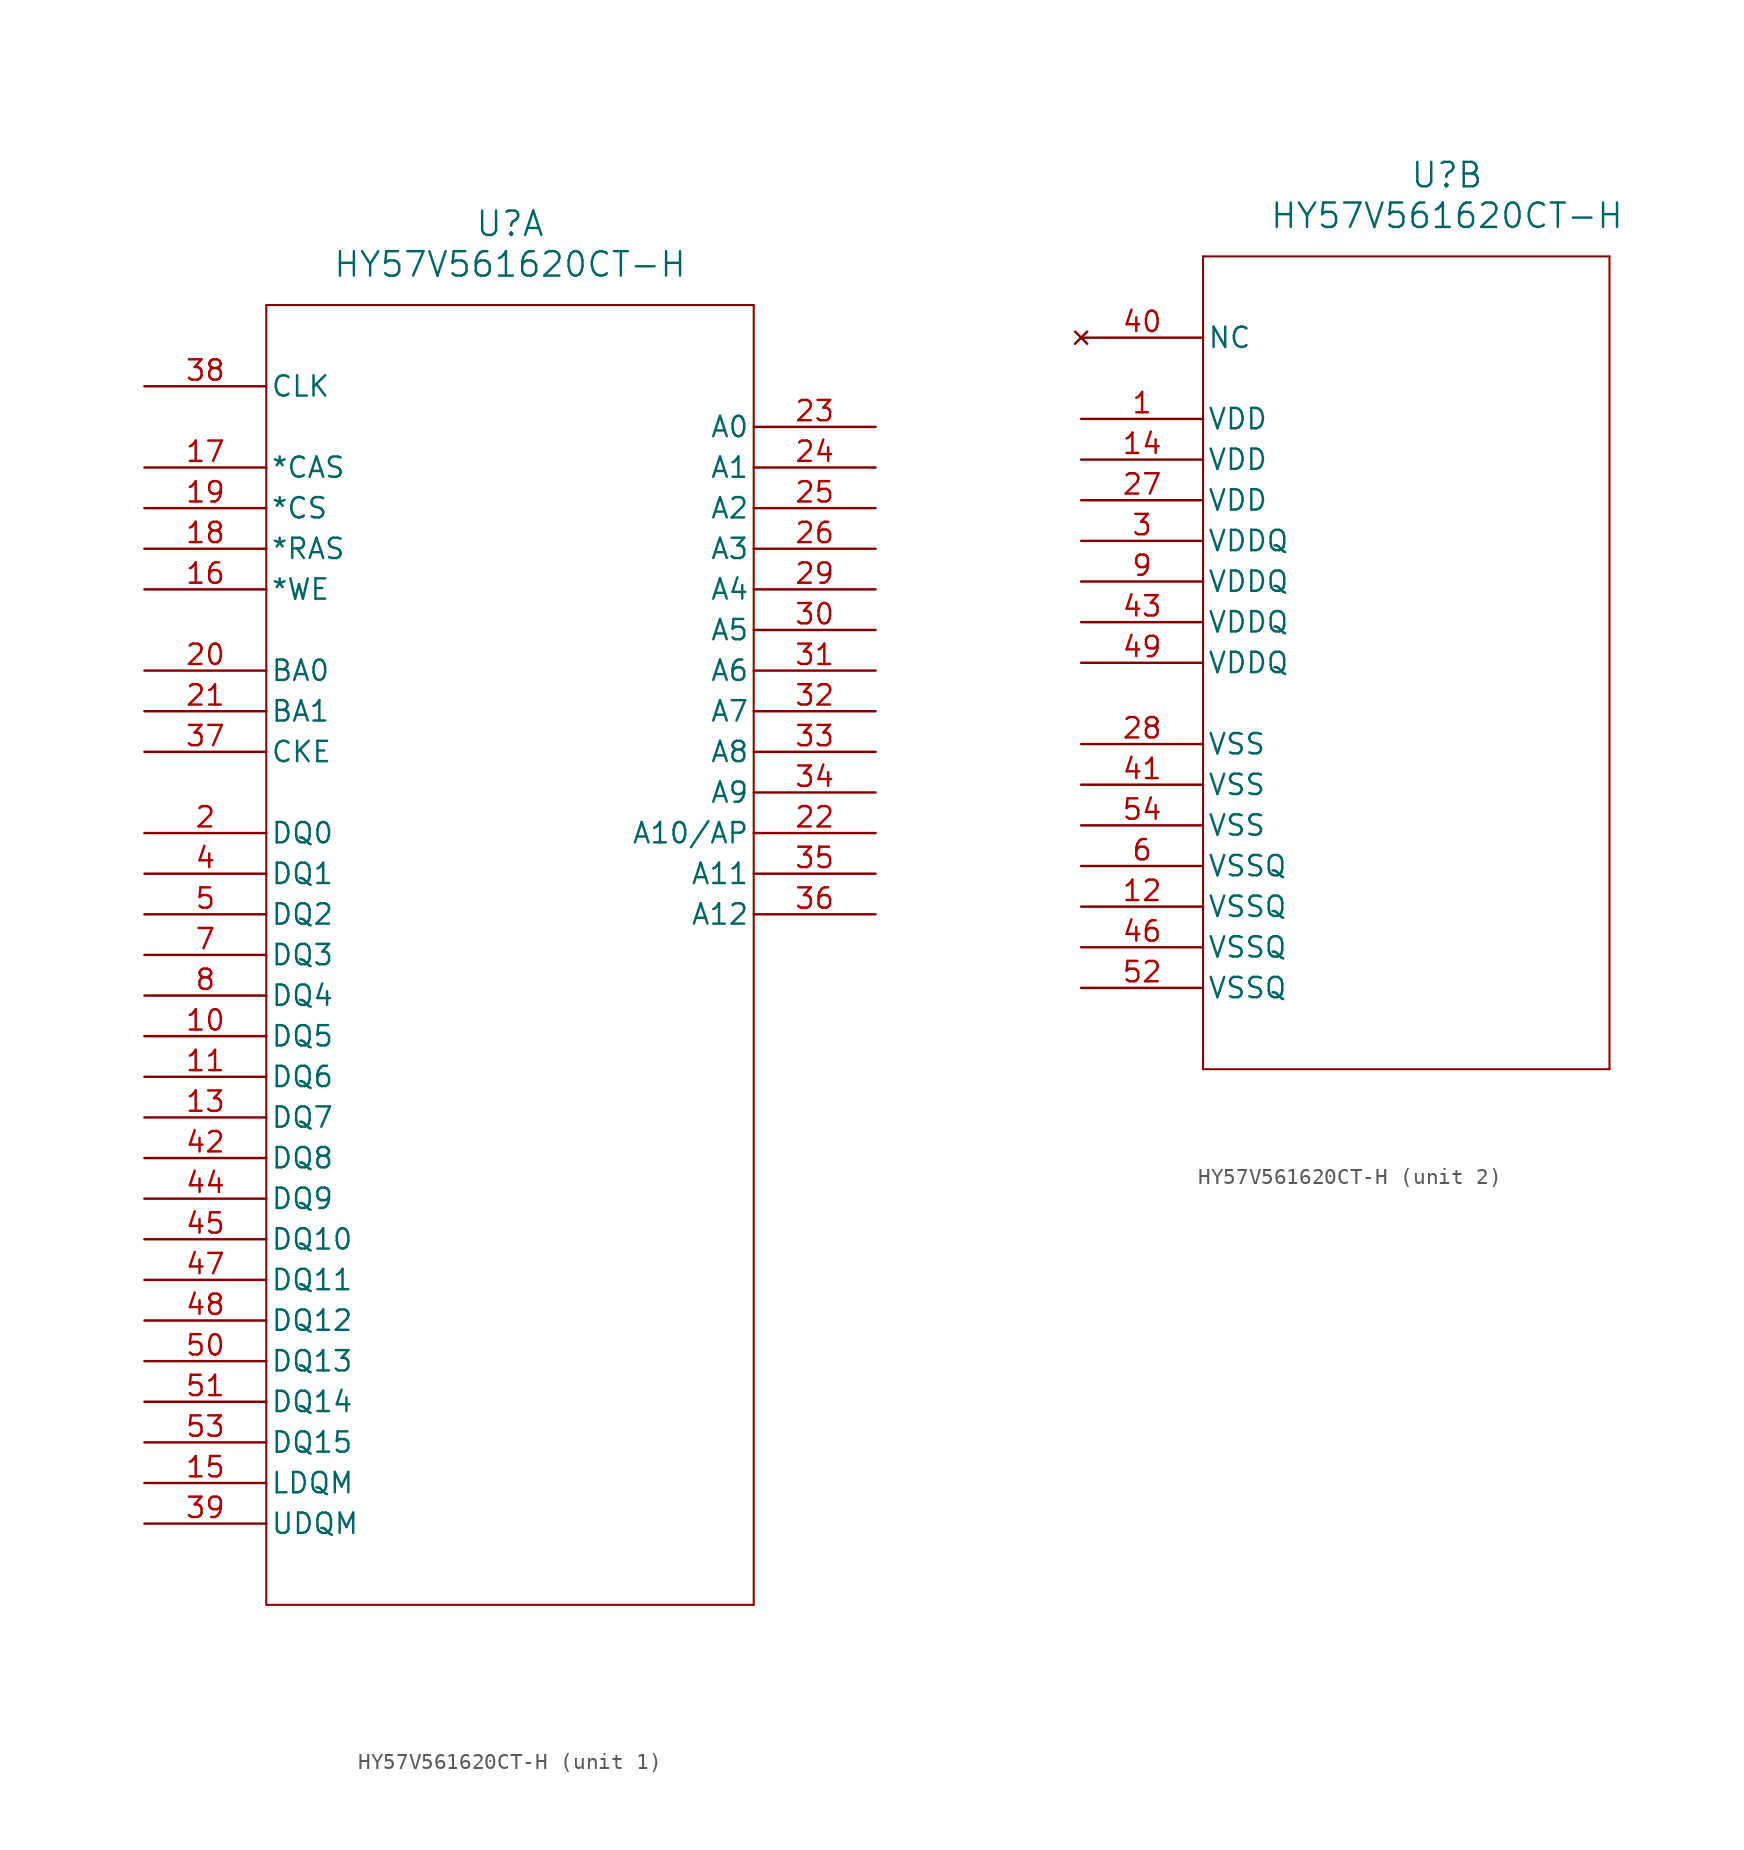
<source format=kicad_sym>
(kicad_symbol_lib
  (version 20211014)
  (generator kicad_symbol_editor)
  (symbol "HY57V561620CT-H"
    (pin_names
      (offset 0.254))
    (property "Reference" "U"
      (at 22.86 10.16 0)
      (effects (font (size 1.524 1.524))))
    (property "Value" "HY57V561620CT-H"
      (at 22.86 7.62 0)
      (effects (font (size 1.524 1.524))))
    (symbol "HY57V561620CT-H_1_1"
      (polyline (pts (xy 7.62 5.08) (xy 7.62 -76.2)) (stroke (width 0.127) (type default) (color 0 0 0 0)) (fill (type none)))
      (polyline (pts (xy 7.62 -76.2) (xy 38.1 -76.2)) (stroke (width 0.127) (type default) (color 0 0 0 0)) (fill (type none)))
      (polyline (pts (xy 38.1 -76.2) (xy 38.1 5.08)) (stroke (width 0.127) (type default) (color 0 0 0 0)) (fill (type none)))
      (polyline (pts (xy 38.1 5.08) (xy 7.62 5.08)) (stroke (width 0.127) (type default) (color 0 0 0 0)) (fill (type none)))
      (pin bidirectional line (at 0 -27.94 0) (length 7.62) (name "DQ0" (effects (font (size 1.27 1.27)))) (number "2" (effects (font (size 1.27 1.27)))))
      (pin bidirectional line (at 0 -30.48 0) (length 7.62) (name "DQ1" (effects (font (size 1.27 1.27)))) (number "4" (effects (font (size 1.27 1.27)))))
      (pin bidirectional line (at 0 -33.02 0) (length 7.62) (name "DQ2" (effects (font (size 1.27 1.27)))) (number "5" (effects (font (size 1.27 1.27)))))
      (pin bidirectional line (at 0 -35.56 0) (length 7.62) (name "DQ3" (effects (font (size 1.27 1.27)))) (number "7" (effects (font (size 1.27 1.27)))))
      (pin bidirectional line (at 0 -38.1 0) (length 7.62) (name "DQ4" (effects (font (size 1.27 1.27)))) (number "8" (effects (font (size 1.27 1.27)))))
      (pin bidirectional line (at 0 -40.64 0) (length 7.62) (name "DQ5" (effects (font (size 1.27 1.27)))) (number "10" (effects (font (size 1.27 1.27)))))
      (pin bidirectional line (at 0 -43.18 0) (length 7.62) (name "DQ6" (effects (font (size 1.27 1.27)))) (number "11" (effects (font (size 1.27 1.27)))))
      (pin bidirectional line (at 0 -45.72 0) (length 7.62) (name "DQ7" (effects (font (size 1.27 1.27)))) (number "13" (effects (font (size 1.27 1.27)))))
      (pin bidirectional line (at 0 -68.58 0) (length 7.62) (name "LDQM" (effects (font (size 1.27 1.27)))) (number "15" (effects (font (size 1.27 1.27)))))
      (pin unspecified line (at 0 -12.7 0) (length 7.62) (name "*WE" (effects (font (size 1.27 1.27)))) (number "16" (effects (font (size 1.27 1.27)))))
      (pin unspecified line (at 0 -5.08 0) (length 7.62) (name "*CAS" (effects (font (size 1.27 1.27)))) (number "17" (effects (font (size 1.27 1.27)))))
      (pin unspecified line (at 0 -10.16 0) (length 7.62) (name "*RAS" (effects (font (size 1.27 1.27)))) (number "18" (effects (font (size 1.27 1.27)))))
      (pin unspecified line (at 0 -7.62 0) (length 7.62) (name "*CS" (effects (font (size 1.27 1.27)))) (number "19" (effects (font (size 1.27 1.27)))))
      (pin bidirectional line (at 0 -17.78 0) (length 7.62) (name "BA0" (effects (font (size 1.27 1.27)))) (number "20" (effects (font (size 1.27 1.27)))))
      (pin bidirectional line (at 0 -20.32 0) (length 7.62) (name "BA1" (effects (font (size 1.27 1.27)))) (number "21" (effects (font (size 1.27 1.27)))))
      (pin bidirectional line (at 45.72 -27.94 180) (length 7.62) (name "A10/AP" (effects (font (size 1.27 1.27)))) (number "22" (effects (font (size 1.27 1.27)))))
      (pin bidirectional line (at 45.72 -2.54 180) (length 7.62) (name "A0" (effects (font (size 1.27 1.27)))) (number "23" (effects (font (size 1.27 1.27)))))
      (pin bidirectional line (at 45.72 -5.08 180) (length 7.62) (name "A1" (effects (font (size 1.27 1.27)))) (number "24" (effects (font (size 1.27 1.27)))))
      (pin bidirectional line (at 45.72 -7.62 180) (length 7.62) (name "A2" (effects (font (size 1.27 1.27)))) (number "25" (effects (font (size 1.27 1.27)))))
      (pin bidirectional line (at 45.72 -10.16 180) (length 7.62) (name "A3" (effects (font (size 1.27 1.27)))) (number "26" (effects (font (size 1.27 1.27)))))
      (pin bidirectional line (at 45.72 -12.7 180) (length 7.62) (name "A4" (effects (font (size 1.27 1.27)))) (number "29" (effects (font (size 1.27 1.27)))))
      (pin bidirectional line (at 45.72 -15.24 180) (length 7.62) (name "A5" (effects (font (size 1.27 1.27)))) (number "30" (effects (font (size 1.27 1.27)))))
      (pin bidirectional line (at 45.72 -17.78 180) (length 7.62) (name "A6" (effects (font (size 1.27 1.27)))) (number "31" (effects (font (size 1.27 1.27)))))
      (pin bidirectional line (at 45.72 -20.32 180) (length 7.62) (name "A7" (effects (font (size 1.27 1.27)))) (number "32" (effects (font (size 1.27 1.27)))))
      (pin bidirectional line (at 45.72 -22.86 180) (length 7.62) (name "A8" (effects (font (size 1.27 1.27)))) (number "33" (effects (font (size 1.27 1.27)))))
      (pin bidirectional line (at 45.72 -25.4 180) (length 7.62) (name "A9" (effects (font (size 1.27 1.27)))) (number "34" (effects (font (size 1.27 1.27)))))
      (pin bidirectional line (at 45.72 -30.48 180) (length 7.62) (name "A11" (effects (font (size 1.27 1.27)))) (number "35" (effects (font (size 1.27 1.27)))))
      (pin bidirectional line (at 45.72 -33.02 180) (length 7.62) (name "A12" (effects (font (size 1.27 1.27)))) (number "36" (effects (font (size 1.27 1.27)))))
      (pin unspecified line (at 0 -22.86 0) (length 7.62) (name "CKE" (effects (font (size 1.27 1.27)))) (number "37" (effects (font (size 1.27 1.27)))))
      (pin input line (at 0 0 0) (length 7.62) (name "CLK" (effects (font (size 1.27 1.27)))) (number "38" (effects (font (size 1.27 1.27)))))
      (pin bidirectional line (at 0 -71.12 0) (length 7.62) (name "UDQM" (effects (font (size 1.27 1.27)))) (number "39" (effects (font (size 1.27 1.27)))))
      (pin bidirectional line (at 0 -48.26 0) (length 7.62) (name "DQ8" (effects (font (size 1.27 1.27)))) (number "42" (effects (font (size 1.27 1.27)))))
      (pin bidirectional line (at 0 -50.8 0) (length 7.62) (name "DQ9" (effects (font (size 1.27 1.27)))) (number "44" (effects (font (size 1.27 1.27)))))
      (pin bidirectional line (at 0 -53.34 0) (length 7.62) (name "DQ10" (effects (font (size 1.27 1.27)))) (number "45" (effects (font (size 1.27 1.27)))))
      (pin bidirectional line (at 0 -55.88 0) (length 7.62) (name "DQ11" (effects (font (size 1.27 1.27)))) (number "47" (effects (font (size 1.27 1.27)))))
      (pin bidirectional line (at 0 -58.42 0) (length 7.62) (name "DQ12" (effects (font (size 1.27 1.27)))) (number "48" (effects (font (size 1.27 1.27)))))
      (pin bidirectional line (at 0 -60.96 0) (length 7.62) (name "DQ13" (effects (font (size 1.27 1.27)))) (number "50" (effects (font (size 1.27 1.27)))))
      (pin bidirectional line (at 0 -63.5 0) (length 7.62) (name "DQ14" (effects (font (size 1.27 1.27)))) (number "51" (effects (font (size 1.27 1.27)))))
      (pin bidirectional line (at 0 -66.04 0) (length 7.62) (name "DQ15" (effects (font (size 1.27 1.27)))) (number "53" (effects (font (size 1.27 1.27))))))
    (symbol "HY57V561620CT-H_2_1"
      (polyline (pts (xy 7.62 5.08) (xy 7.62 -45.72)) (stroke (width 0.127) (type default) (color 0 0 0 0)) (fill (type none)))
      (polyline (pts (xy 7.62 -45.72) (xy 33.02 -45.72)) (stroke (width 0.127) (type default) (color 0 0 0 0)) (fill (type none)))
      (polyline (pts (xy 33.02 -45.72) (xy 33.02 5.08)) (stroke (width 0.127) (type default) (color 0 0 0 0)) (fill (type none)))
      (polyline (pts (xy 33.02 5.08) (xy 7.62 5.08)) (stroke (width 0.127) (type default) (color 0 0 0 0)) (fill (type none)))
      (pin power_in line (at 0 -5.08 0) (length 7.62) (name "VDD" (effects (font (size 1.27 1.27)))) (number "1" (effects (font (size 1.27 1.27)))))
      (pin power_in line (at 0 -12.7 0) (length 7.62) (name "VDDQ" (effects (font (size 1.27 1.27)))) (number "3" (effects (font (size 1.27 1.27)))))
      (pin power_out line (at 0 -33.02 0) (length 7.62) (name "VSSQ" (effects (font (size 1.27 1.27)))) (number "6" (effects (font (size 1.27 1.27)))))
      (pin power_in line (at 0 -15.24 0) (length 7.62) (name "VDDQ" (effects (font (size 1.27 1.27)))) (number "9" (effects (font (size 1.27 1.27)))))
      (pin power_out line (at 0 -35.56 0) (length 7.62) (name "VSSQ" (effects (font (size 1.27 1.27)))) (number "12" (effects (font (size 1.27 1.27)))))
      (pin power_in line (at 0 -7.62 0) (length 7.62) (name "VDD" (effects (font (size 1.27 1.27)))) (number "14" (effects (font (size 1.27 1.27)))))
      (pin power_in line (at 0 -10.16 0) (length 7.62) (name "VDD" (effects (font (size 1.27 1.27)))) (number "27" (effects (font (size 1.27 1.27)))))
      (pin power_out line (at 0 -25.4 0) (length 7.62) (name "VSS" (effects (font (size 1.27 1.27)))) (number "28" (effects (font (size 1.27 1.27)))))
      (pin no_connect line (at 0 0 0) (length 7.62) (name "NC" (effects (font (size 1.27 1.27)))) (number "40" (effects (font (size 1.27 1.27)))))
      (pin power_out line (at 0 -27.94 0) (length 7.62) (name "VSS" (effects (font (size 1.27 1.27)))) (number "41" (effects (font (size 1.27 1.27)))))
      (pin power_in line (at 0 -17.78 0) (length 7.62) (name "VDDQ" (effects (font (size 1.27 1.27)))) (number "43" (effects (font (size 1.27 1.27)))))
      (pin power_out line (at 0 -38.1 0) (length 7.62) (name "VSSQ" (effects (font (size 1.27 1.27)))) (number "46" (effects (font (size 1.27 1.27)))))
      (pin power_in line (at 0 -20.32 0) (length 7.62) (name "VDDQ" (effects (font (size 1.27 1.27)))) (number "49" (effects (font (size 1.27 1.27)))))
      (pin power_out line (at 0 -40.64 0) (length 7.62) (name "VSSQ" (effects (font (size 1.27 1.27)))) (number "52" (effects (font (size 1.27 1.27)))))
      (pin power_out line (at 0 -30.48 0) (length 7.62) (name "VSS" (effects (font (size 1.27 1.27)))) (number "54" (effects (font (size 1.27 1.27))))))))
</source>
